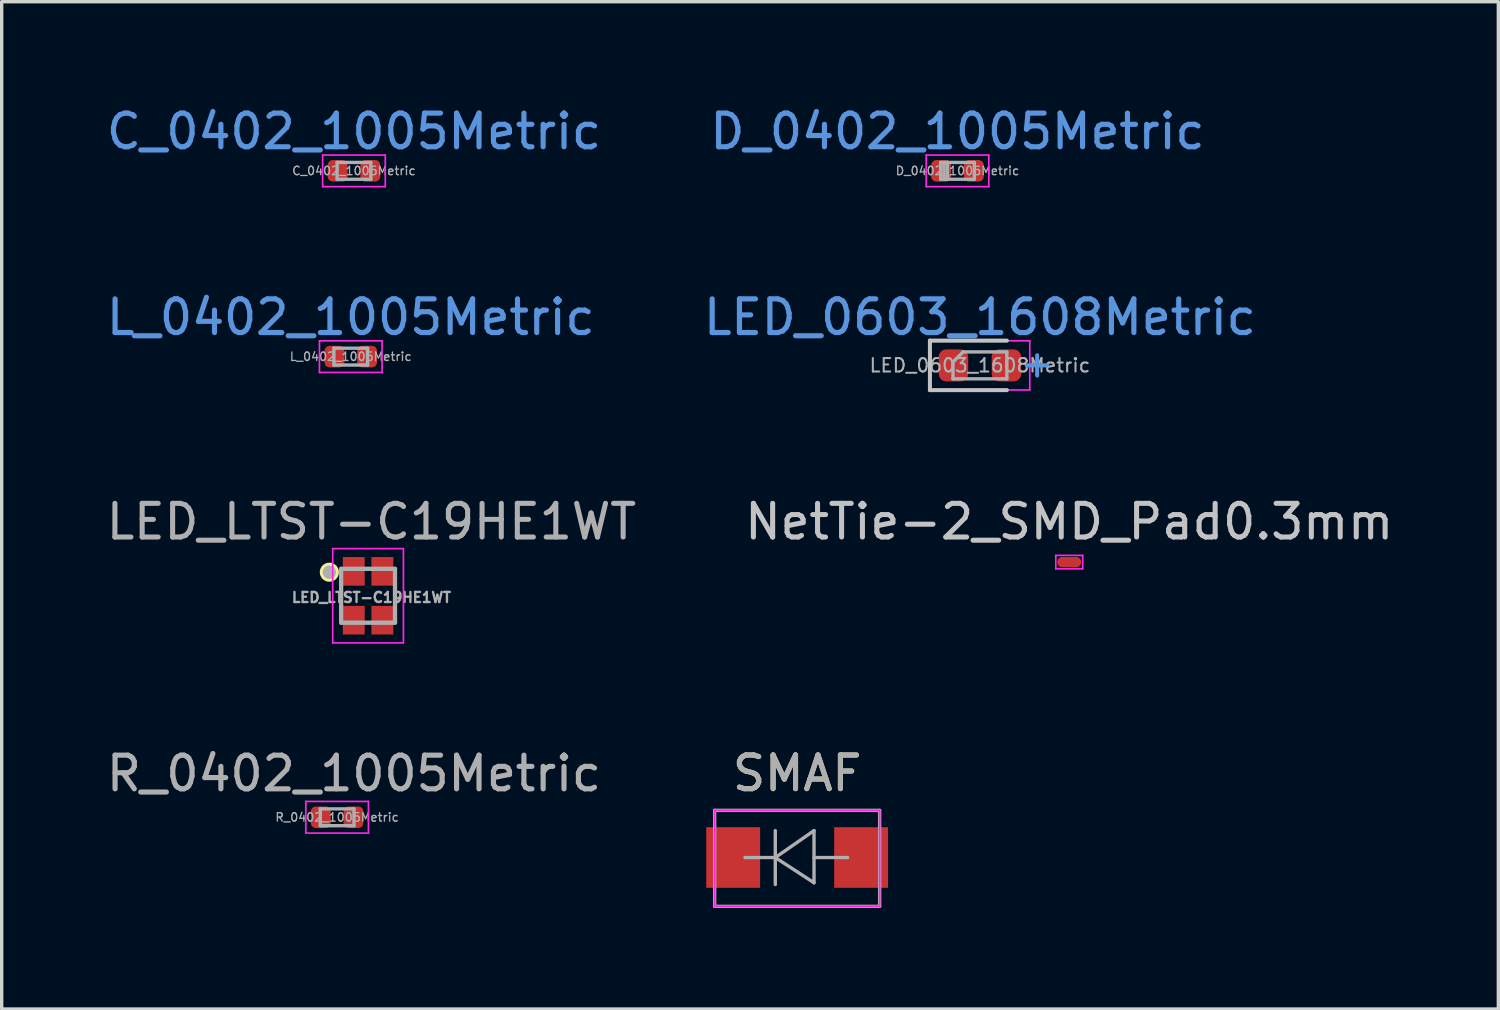
<source format=kicad_pcb>
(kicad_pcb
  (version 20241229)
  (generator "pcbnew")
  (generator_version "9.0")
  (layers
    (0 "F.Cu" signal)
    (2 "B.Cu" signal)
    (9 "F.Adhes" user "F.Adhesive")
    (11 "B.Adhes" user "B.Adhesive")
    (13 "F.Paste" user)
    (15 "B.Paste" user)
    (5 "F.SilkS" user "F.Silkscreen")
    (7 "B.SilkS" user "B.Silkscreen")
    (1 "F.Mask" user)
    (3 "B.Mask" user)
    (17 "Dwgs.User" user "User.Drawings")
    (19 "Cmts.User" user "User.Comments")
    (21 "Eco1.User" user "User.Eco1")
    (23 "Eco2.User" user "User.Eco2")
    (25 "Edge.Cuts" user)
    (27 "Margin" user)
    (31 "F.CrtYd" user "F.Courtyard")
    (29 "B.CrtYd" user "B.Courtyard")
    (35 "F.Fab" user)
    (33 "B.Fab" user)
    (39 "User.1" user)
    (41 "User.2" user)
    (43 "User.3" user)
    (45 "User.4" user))
  (footprint "LED_0603_1608Metric"
    (layer "F.Cu")
    (at 26.055 7.802)
    (property "Reference" "LED_0603_1608Metric" (at 0 -1.43 0) (layer "Cmts.User") (effects (font (size 1 1) (thickness 0.153))))
    (attr smd)
    (fp_line (start -1.485 -0.735) (end -1.485 0.735) (stroke (width 0.12) (type solid)) (layer "Dwgs.User"))
    (fp_line (start -1.485 0.735) (end 0.8 0.735) (stroke (width 0.12) (type solid)) (layer "Dwgs.User"))
    (fp_line (start 0.8 -0.735) (end -1.485 -0.735) (stroke (width 0.12) (type solid)) (layer "Dwgs.User"))
    (fp_line (start 1.4 0) (end 2 0) (stroke (width 0.12) (type default)) (layer "Cmts.User"))
    (fp_line (start 1.7 -0.3) (end 1.7 0.3) (stroke (width 0.12) (type default)) (layer "Cmts.User"))
    (fp_line (start -1.48 -0.73) (end 1.48 -0.73) (stroke (width 0.05) (type solid)) (layer "F.CrtYd"))
    (fp_line (start -1.48 0.73) (end -1.48 -0.73) (stroke (width 0.05) (type solid)) (layer "F.CrtYd"))
    (fp_line (start 1.48 -0.73) (end 1.48 0.73) (stroke (width 0.05) (type solid)) (layer "F.CrtYd"))
    (fp_line (start 1.48 0.73) (end -1.48 0.73) (stroke (width 0.05) (type solid)) (layer "F.CrtYd"))
    (fp_line (start -0.8 -0.1) (end -0.8 0.4) (stroke (width 0.1) (type solid)) (layer "F.Fab"))
    (fp_line (start -0.8 0.4) (end 0.8 0.4) (stroke (width 0.1) (type solid)) (layer "F.Fab"))
    (fp_line (start -0.5 -0.4) (end -0.8 -0.1) (stroke (width 0.1) (type solid)) (layer "F.Fab"))
    (fp_line (start 0.8 -0.4) (end -0.5 -0.4) (stroke (width 0.1) (type solid)) (layer "F.Fab"))
    (fp_line (start 0.8 0.4) (end 0.8 -0.4) (stroke (width 0.1) (type solid)) (layer "F.Fab"))
    (fp_text user "${REFERENCE}" (at 0 0 0) (layer "F.Fab") (effects (font (size 0.4 0.4) (thickness 0.06))))
    (pad "1" smd roundrect (at -0.787 0) (size 0.875 0.95) (layers "F.Cu" "F.Mask" "F.Paste") (roundrect_rratio 0.25))
    (pad "2" smd roundrect (at 0.787 0) (size 0.875 0.95) (layers "F.Cu" "F.Mask" "F.Paste") (roundrect_rratio 0.25)))
  (footprint "NetTie-2_SMD_Pad0.3mm"
    (layer "F.Cu")
    (at 28.708 13.645)
    (property "Reference" "NetTie-2_SMD_Pad0.3mm" (at 0 -1.2 180) (layer "Dwgs.User") (effects (font (size 1 1) (thickness 0.15))))
    (attr exclude_from_pos_files)
    (fp_line (start -0.2 0) (end 0.2 0) (stroke (width 0.3) (type default)) (layer "F.Cu"))
    (fp_line (start -0.4 -0.2) (end -0.4 0.2) (stroke (width 0.05) (type solid)) (layer "F.CrtYd"))
    (fp_line (start -0.4 0.2) (end 0.4 0.2) (stroke (width 0.05) (type solid)) (layer "F.CrtYd"))
    (fp_line (start 0.4 -0.2) (end -0.4 -0.2) (stroke (width 0.05) (type solid)) (layer "F.CrtYd"))
    (fp_line (start 0.4 0.2) (end 0.4 -0.2) (stroke (width 0.05) (type solid)) (layer "F.CrtYd"))
    (pad "1" smd circle (at -0.2 0) (size 0.3 0.3) (layers "F.Cu"))
    (pad "2" smd circle (at 0.2 0) (size 0.3 0.3) (layers "F.Cu")))
  (footprint "SMAF"
    (layer "F.Cu")
    (at 20.626 22.419)
    (property "Reference" "SMAF" (at 0 -2.5 0) (layer "F.SilkS") (effects (font (size 1 1) (thickness 0.15))))
    (attr smd)
    (fp_line (start -2.45 -1.4) (end 2.45 -1.4) (stroke (width 0.05) (type solid)) (layer "F.CrtYd"))
    (fp_line (start -2.45 1.45) (end -2.45 -1.4) (stroke (width 0.05) (type solid)) (layer "F.CrtYd"))
    (fp_line (start 2.45 -1.4) (end 2.45 1.45) (stroke (width 0.05) (type solid)) (layer "F.CrtYd"))
    (fp_line (start 2.45 1.45) (end -2.45 1.45) (stroke (width 0.05) (type solid)) (layer "F.CrtYd"))
    (fp_line (start -2.45 1.45) (end -2.45 -1.4) (stroke (width 0.1) (type solid)) (layer "F.Fab"))
    (fp_line (start -0.649 -0.799) (end -0.649 0.801) (stroke (width 0.1) (type solid)) (layer "F.Fab"))
    (fp_line (start -0.649 0.001) (end -1.551 0.001) (stroke (width 0.1) (type solid)) (layer "F.Fab"))
    (fp_line (start -0.649 0.001) (end 0.501 -0.799) (stroke (width 0.1) (type solid)) (layer "F.Fab"))
    (fp_line (start -0.649 0.001) (end 0.501 0.75) (stroke (width 0.1) (type solid)) (layer "F.Fab"))
    (fp_line (start 0.501 0.001) (end 1.499 0.001) (stroke (width 0.1) (type solid)) (layer "F.Fab"))
    (fp_line (start 0.501 0.75) (end 0.501 -0.799) (stroke (width 0.1) (type solid)) (layer "F.Fab"))
    (fp_line (start 2.45 -1.4) (end -2.45 -1.4) (stroke (width 0.1) (type solid)) (layer "F.Fab"))
    (fp_line (start 2.45 -1.4) (end 2.45 1.45) (stroke (width 0.1) (type solid)) (layer "F.Fab"))
    (fp_line (start 2.45 1.45) (end -2.45 1.45) (stroke (width 0.1) (type solid)) (layer "F.Fab"))
    (fp_text user "${REFERENCE}" (at 0 -2.5 0) (layer "F.Fab") (effects (font (size 1 1) (thickness 0.15))))
    (pad "1" smd rect (at -1.9 0) (size 1.6 1.8) (layers "F.Cu" "F.Mask" "F.Paste"))
    (pad "2" smd rect (at 1.9 0) (size 1.6 1.8) (layers "F.Cu" "F.Mask" "F.Paste")))
  (footprint "L_0402_1005Metric"
    (layer "F.Cu")
    (at 7.368 7.542)
    (property "Reference" "L_0402_1005Metric" (at 0 -1.17 0) (layer "Cmts.User") (effects (font (size 1 1) (thickness 0.153))))
    (attr smd)
    (fp_line (start -0.93 -0.47) (end 0.93 -0.47) (stroke (width 0.05) (type solid)) (layer "F.CrtYd"))
    (fp_line (start -0.93 0.47) (end -0.93 -0.47) (stroke (width 0.05) (type solid)) (layer "F.CrtYd"))
    (fp_line (start 0.93 -0.47) (end 0.93 0.47) (stroke (width 0.05) (type solid)) (layer "F.CrtYd"))
    (fp_line (start 0.93 0.47) (end -0.93 0.47) (stroke (width 0.05) (type solid)) (layer "F.CrtYd"))
    (fp_line (start -0.5 -0.25) (end 0.5 -0.25) (stroke (width 0.1) (type solid)) (layer "F.Fab"))
    (fp_line (start -0.5 0.25) (end -0.5 -0.25) (stroke (width 0.1) (type solid)) (layer "F.Fab"))
    (fp_line (start 0.5 -0.25) (end 0.5 0.25) (stroke (width 0.1) (type solid)) (layer "F.Fab"))
    (fp_line (start 0.5 0.25) (end -0.5 0.25) (stroke (width 0.1) (type solid)) (layer "F.Fab"))
    (fp_text user "${REFERENCE}" (at 0 0 0) (layer "F.Fab") (effects (font (size 0.25 0.25) (thickness 0.04))))
    (pad "1" smd roundrect (at -0.485 0) (size 0.59 0.64) (layers "F.Cu" "F.Mask" "F.Paste") (roundrect_rratio 0.25))
    (pad "2" smd roundrect (at 0.485 0) (size 0.59 0.64) (layers "F.Cu" "F.Mask" "F.Paste") (roundrect_rratio 0.25)))
  (footprint "LED_LTST-C19HE1WT"
    (layer "F.Cu")
    (at 7.882 14.645)
    (property "Reference" "LED_LTST-C19HE1WT" (at 0.1 -2.2 0) (layer "F.Fab") (effects (font (size 1 1) (thickness 0.15))))
    (attr through_hole)
    (fp_circle (center -1.15 -0.7) (end -0.926 -0.7) (stroke (width 0.12) (type solid)) (fill yes) (layer "F.SilkS"))
    (fp_line (start -1.05 -1.4) (end 1.05 -1.4) (stroke (width 0.05) (type solid)) (layer "F.CrtYd"))
    (fp_line (start -1.05 1.4) (end -1.05 -1.4) (stroke (width 0.05) (type solid)) (layer "F.CrtYd"))
    (fp_line (start 1.05 -1.4) (end 1.05 1.4) (stroke (width 0.05) (type solid)) (layer "F.CrtYd"))
    (fp_line (start 1.05 1.4) (end -1.05 1.4) (stroke (width 0.05) (type solid)) (layer "F.CrtYd"))
    (fp_line (start -0.8 -0.8) (end -0.8 0.8) (stroke (width 0.127) (type solid)) (layer "F.Fab"))
    (fp_line (start -0.8 -0.8) (end 0.8 -0.8) (stroke (width 0.127) (type solid)) (layer "F.Fab"))
    (fp_line (start 0.8 -0.8) (end 0.8 0.8) (stroke (width 0.127) (type solid)) (layer "F.Fab"))
    (fp_line (start 0.8 0.8) (end -0.8 0.8) (stroke (width 0.127) (type solid)) (layer "F.Fab"))
    (fp_circle (center -1.15 -0.7) (end -1.05 -0.7) (stroke (width 0.2) (type solid)) (fill no) (layer "F.Fab"))
    (fp_text user "${REFERENCE}" (at 0.1 0.05 0) (unlocked yes) (layer "F.Fab") (effects (font (size 0.3 0.3) (thickness 0.07) (bold yes))))
    (pad "1" smd rect (at -0.425 -0.725) (size 0.65 0.85) (layers "F.Cu" "F.Mask" "F.Paste"))
    (pad "2" smd rect (at 0.425 -0.725) (size 0.65 0.85) (layers "F.Cu" "F.Mask" "F.Paste"))
    (pad "3" smd rect (at 0.425 0.725) (size 0.65 0.85) (layers "F.Cu" "F.Mask" "F.Paste"))
    (pad "4" smd rect (at -0.425 0.725) (size 0.65 0.85) (layers "F.Cu" "F.Mask" "F.Paste")))
  (footprint "C_0402_1005Metric"
    (layer "F.Cu")
    (at 7.463 2.024)
    (property "Reference" "C_0402_1005Metric" (at 0 -1.17 0) (layer "Cmts.User") (effects (font (size 1 1) (thickness 0.153))))
    (attr smd)
    (fp_line (start -0.93 -0.47) (end 0.93 -0.47) (stroke (width 0.05) (type solid)) (layer "F.CrtYd"))
    (fp_line (start -0.93 0.47) (end -0.93 -0.47) (stroke (width 0.05) (type solid)) (layer "F.CrtYd"))
    (fp_line (start 0.93 -0.47) (end 0.93 0.47) (stroke (width 0.05) (type solid)) (layer "F.CrtYd"))
    (fp_line (start 0.93 0.47) (end -0.93 0.47) (stroke (width 0.05) (type solid)) (layer "F.CrtYd"))
    (fp_line (start -0.5 -0.25) (end 0.5 -0.25) (stroke (width 0.1) (type solid)) (layer "F.Fab"))
    (fp_line (start -0.5 0.25) (end -0.5 -0.25) (stroke (width 0.1) (type solid)) (layer "F.Fab"))
    (fp_line (start 0.5 -0.25) (end 0.5 0.25) (stroke (width 0.1) (type solid)) (layer "F.Fab"))
    (fp_line (start 0.5 0.25) (end -0.5 0.25) (stroke (width 0.1) (type solid)) (layer "F.Fab"))
    (fp_text user "${REFERENCE}" (at 0 0 0) (layer "F.Fab") (effects (font (size 0.25 0.25) (thickness 0.04))))
    (pad "1" smd roundrect (at -0.485 0) (size 0.59 0.64) (layers "F.Cu" "F.Mask" "F.Paste") (roundrect_rratio 0.25))
    (pad "2" smd roundrect (at 0.485 0) (size 0.59 0.64) (layers "F.Cu" "F.Mask" "F.Paste") (roundrect_rratio 0.25)))
  (footprint "D_0402_1005Metric"
    (layer "F.Cu")
    (at 25.389 2.024)
    (property "Reference" "D_0402_1005Metric" (at 0 -1.17 0) (layer "Cmts.User") (effects (font (size 1 1) (thickness 0.153))))
    (attr smd)
    (fp_line (start -0.93 -0.47) (end 0.93 -0.47) (stroke (width 0.05) (type solid)) (layer "F.CrtYd"))
    (fp_line (start -0.93 0.47) (end -0.93 -0.47) (stroke (width 0.05) (type solid)) (layer "F.CrtYd"))
    (fp_line (start 0.93 -0.47) (end 0.93 0.47) (stroke (width 0.05) (type solid)) (layer "F.CrtYd"))
    (fp_line (start 0.93 0.47) (end -0.93 0.47) (stroke (width 0.05) (type solid)) (layer "F.CrtYd"))
    (fp_line (start -0.5 -0.25) (end 0.5 -0.25) (stroke (width 0.1) (type solid)) (layer "F.Fab"))
    (fp_line (start -0.5 0.25) (end -0.5 -0.25) (stroke (width 0.1) (type solid)) (layer "F.Fab"))
    (fp_line (start -0.4 0.25) (end -0.4 -0.25) (stroke (width 0.1) (type solid)) (layer "F.Fab"))
    (fp_line (start -0.3 0.25) (end -0.3 -0.25) (stroke (width 0.1) (type solid)) (layer "F.Fab"))
    (fp_line (start 0.5 -0.25) (end 0.5 0.25) (stroke (width 0.1) (type solid)) (layer "F.Fab"))
    (fp_line (start 0.5 0.25) (end -0.5 0.25) (stroke (width 0.1) (type solid)) (layer "F.Fab"))
    (fp_text user "${REFERENCE}" (at 0 0 0) (layer "F.Fab") (effects (font (size 0.25 0.25) (thickness 0.04))))
    (pad "1" smd roundrect (at -0.485 0) (size 0.59 0.64) (layers "F.Cu" "F.Mask" "F.Paste") (roundrect_rratio 0.25))
    (pad "2" smd roundrect (at 0.485 0) (size 0.59 0.64) (layers "F.Cu" "F.Mask" "F.Paste") (roundrect_rratio 0.25)))
  (footprint "R_0402_1005Metric"
    (layer "F.Cu")
    (at 6.963 21.224)
    (property "Reference" "R_0402_1005Metric" (at 0.5 -1.3 0) (layer "F.Fab") (effects (font (size 1 1) (thickness 0.153))))
    (attr smd)
    (fp_line (start -0.93 -0.47) (end 0.93 -0.47) (stroke (width 0.05) (type solid)) (layer "F.CrtYd"))
    (fp_line (start -0.93 0.47) (end -0.93 -0.47) (stroke (width 0.05) (type solid)) (layer "F.CrtYd"))
    (fp_line (start 0.93 -0.47) (end 0.93 0.47) (stroke (width 0.05) (type solid)) (layer "F.CrtYd"))
    (fp_line (start 0.93 0.47) (end -0.93 0.47) (stroke (width 0.05) (type solid)) (layer "F.CrtYd"))
    (fp_line (start -0.5 -0.25) (end 0.5 -0.25) (stroke (width 0.1) (type solid)) (layer "F.Fab"))
    (fp_line (start -0.5 0.25) (end -0.5 -0.25) (stroke (width 0.1) (type solid)) (layer "F.Fab"))
    (fp_line (start 0.5 -0.25) (end 0.5 0.25) (stroke (width 0.1) (type solid)) (layer "F.Fab"))
    (fp_line (start 0.5 0.25) (end -0.5 0.25) (stroke (width 0.1) (type solid)) (layer "F.Fab"))
    (fp_text user "${REFERENCE}" (at 0 0 0) (layer "F.Fab") (effects (font (size 0.25 0.25) (thickness 0.04))))
    (pad "1" smd roundrect (at -0.485 0) (size 0.59 0.64) (layers "F.Cu" "F.Mask" "F.Paste") (roundrect_rratio 0.25))
    (pad "2" smd roundrect (at 0.485 0) (size 0.59 0.64) (layers "F.Cu" "F.Mask" "F.Paste") (roundrect_rratio 0.25)))
  (gr_rect
    (start -3 -3)
    (end 41.452 26.919)
    (stroke (width 0.1) (type default))
    (fill no)
    (layer "Edge.Cuts")))
</source>
